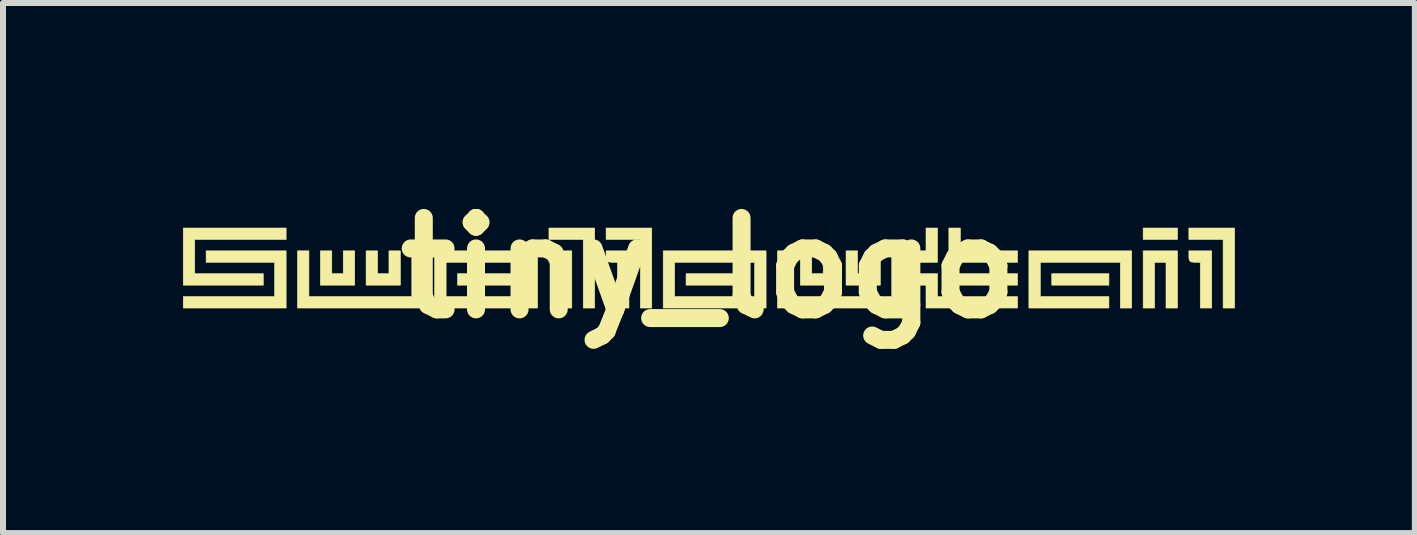
<source format=kicad_pcb>
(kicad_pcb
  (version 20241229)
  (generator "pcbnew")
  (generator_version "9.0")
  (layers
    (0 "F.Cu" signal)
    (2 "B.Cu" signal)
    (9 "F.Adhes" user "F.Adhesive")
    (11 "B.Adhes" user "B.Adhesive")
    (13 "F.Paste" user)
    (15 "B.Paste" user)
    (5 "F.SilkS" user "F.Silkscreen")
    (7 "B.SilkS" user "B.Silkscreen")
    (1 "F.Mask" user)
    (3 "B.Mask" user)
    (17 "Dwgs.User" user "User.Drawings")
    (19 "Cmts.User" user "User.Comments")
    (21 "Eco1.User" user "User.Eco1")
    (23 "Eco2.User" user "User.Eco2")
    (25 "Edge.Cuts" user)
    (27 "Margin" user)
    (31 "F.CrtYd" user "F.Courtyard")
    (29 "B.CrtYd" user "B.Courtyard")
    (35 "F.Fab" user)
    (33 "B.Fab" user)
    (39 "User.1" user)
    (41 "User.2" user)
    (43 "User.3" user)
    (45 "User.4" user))
  (footprint "tiny_logo"
    (layer "F.Cu")
    (at 8.768 1.418)
    (property "Reference" "tiny_logo" (at 0 0 0) (layer "F.SilkS") (effects (font (size 1.524 1.524) (thickness 0.3))))
    (attr through_hole)
    (fp_poly (pts (xy -3.239 0.286) (xy -4.191 0.286) (xy -4.191 0.095) (xy -3.239 0.095) (xy -3.239 0.286)) (stroke (width 0.01) (type solid)) (fill yes) (layer "F.SilkS"))
    (fp_poly (pts (xy 0.572 0.286) (xy -0.381 0.286) (xy -0.381 0.095) (xy 0.572 0.095) (xy 0.572 0.286)) (stroke (width 0.01) (type solid)) (fill yes) (layer "F.SilkS"))
    (fp_poly (pts (xy 5.144 0.286) (xy 4 0.286) (xy 4 0.095) (xy 5.144 0.095) (xy 5.144 0.286)) (stroke (width 0.01) (type solid)) (fill yes) (layer "F.SilkS"))
    (fp_poly (pts (xy 6.668 0.286) (xy 5.715 0.286) (xy 5.715 0.095) (xy 6.668 0.095) (xy 6.668 0.286)) (stroke (width 0.01) (type solid)) (fill yes) (layer "F.SilkS"))
    (fp_poly (pts (xy 7.811 -0.476) (xy 7.239 -0.476) (xy 7.239 -0.667) (xy 7.811 -0.667) (xy 7.811 -0.476)) (stroke (width 0.01) (type solid)) (fill yes) (layer "F.SilkS"))
    (fp_poly (pts (xy -1.905 0.667) (xy -2.095 0.667) (xy -2.095 -0.476) (xy -2.667 -0.476) (xy -2.667 -0.667) (xy -1.905 -0.667) (xy -1.905 0.667)) (stroke (width 0.01) (type solid)) (fill yes) (layer "F.SilkS"))
    (fp_poly (pts (xy -0.953 0.667) (xy -1.143 0.667) (xy -1.143 -0.476) (xy -1.714 -0.476) (xy -1.714 -0.667) (xy -0.953 -0.667) (xy -0.953 0.667)) (stroke (width 0.01) (type solid)) (fill yes) (layer "F.SilkS"))
    (fp_poly (pts (xy 4.191 -0.286) (xy 5.144 -0.286) (xy 5.144 -0.095) (xy 4 -0.095) (xy 4 -0.667) (xy 4.191 -0.667) (xy 4.191 -0.286)) (stroke (width 0.01) (type solid)) (fill yes) (layer "F.SilkS"))
    (fp_poly (pts (xy 8.763 0.667) (xy 8.572 0.667) (xy 8.572 -0.476) (xy 8.001 -0.476) (xy 8.001 -0.667) (xy 8.763 -0.667) (xy 8.763 0.667)) (stroke (width 0.01) (type solid)) (fill yes) (layer "F.SilkS"))
    (fp_poly (pts (xy -7.048 -0.476) (xy -8.572 -0.476) (xy -8.572 0.095) (xy -7.429 0.095) (xy -7.429 0.286) (xy -8.763 0.286) (xy -8.763 -0.667) (xy -7.048 -0.667) (xy -7.048 -0.476)) (stroke (width 0.01) (type solid)) (fill yes) (layer "F.SilkS"))
    (fp_poly (pts (xy -7.048 0.667) (xy -8.763 0.667) (xy -8.763 0.476) (xy -7.239 0.476) (xy -7.239 -0.095) (xy -8.382 -0.095) (xy -8.382 -0.286) (xy -7.048 -0.286) (xy -7.048 0.667)) (stroke (width 0.01) (type solid)) (fill yes) (layer "F.SilkS"))
    (fp_poly (pts (xy -6.668 0.476) (xy -4.953 0.476) (xy -4.953 -0.286) (xy -4.763 -0.286) (xy -4.763 0.667) (xy -6.858 0.667) (xy -6.858 -0.286) (xy -6.668 -0.286) (xy -6.668 0.476)) (stroke (width 0.01) (type solid)) (fill yes) (layer "F.SilkS"))
    (fp_poly (pts (xy -6.287 0.095) (xy -6.096 0.095) (xy -6.096 -0.286) (xy -5.905 -0.286) (xy -5.905 0.286) (xy -6.477 0.286) (xy -6.477 -0.286) (xy -6.287 -0.286) (xy -6.287 0.095)) (stroke (width 0.01) (type solid)) (fill yes) (layer "F.SilkS"))
    (fp_poly (pts (xy -5.524 0.095) (xy -5.334 0.095) (xy -5.334 -0.286) (xy -5.144 -0.286) (xy -5.144 0.286) (xy -5.715 0.286) (xy -5.715 -0.286) (xy -5.524 -0.286) (xy -5.524 0.095)) (stroke (width 0.01) (type solid)) (fill yes) (layer "F.SilkS"))
    (fp_poly (pts (xy 1.333 0.476) (xy 3.048 0.476) (xy 3.048 -0.286) (xy 3.239 -0.286) (xy 3.239 0.667) (xy 1.143 0.667) (xy 1.143 -0.286) (xy 1.333 -0.286) (xy 1.333 0.476)) (stroke (width 0.01) (type solid)) (fill yes) (layer "F.SilkS"))
    (fp_poly (pts (xy 1.714 0.095) (xy 1.905 0.095) (xy 1.905 -0.286) (xy 2.095 -0.286) (xy 2.095 0.286) (xy 1.524 0.286) (xy 1.524 -0.286) (xy 1.714 -0.286) (xy 1.714 0.095)) (stroke (width 0.01) (type solid)) (fill yes) (layer "F.SilkS"))
    (fp_poly (pts (xy 2.477 0.095) (xy 2.667 0.095) (xy 2.667 -0.286) (xy 2.857 -0.286) (xy 2.857 0.286) (xy 2.286 0.286) (xy 2.286 -0.286) (xy 2.477 -0.286) (xy 2.477 0.095)) (stroke (width 0.01) (type solid)) (fill yes) (layer "F.SilkS"))
    (fp_poly (pts (xy 7.811 0.667) (xy 7.62 0.667) (xy 7.62 -0.095) (xy 7.429 -0.095) (xy 7.429 0.667) (xy 7.239 0.667) (xy 7.239 -0.286) (xy 7.811 -0.286) (xy 7.811 0.667)) (stroke (width 0.01) (type solid)) (fill yes) (layer "F.SilkS"))
    (fp_poly (pts (xy -2.286 0.667) (xy -2.477 0.667) (xy -2.477 -0.095) (xy -2.572 -0.095) (xy -2.639 -0.103) (xy -2.664 -0.14) (xy -2.667 -0.191) (xy -2.667 -0.286) (xy -2.286 -0.286) (xy -2.286 0.667)) (stroke (width 0.01) (type solid)) (fill yes) (layer "F.SilkS"))
    (fp_poly (pts (xy -1.333 0.667) (xy -1.524 0.667) (xy -1.524 -0.095) (xy -1.619 -0.095) (xy -1.687 -0.103) (xy -1.712 -0.14) (xy -1.714 -0.191) (xy -1.714 -0.286) (xy -1.333 -0.286) (xy -1.333 0.667)) (stroke (width 0.01) (type solid)) (fill yes) (layer "F.SilkS"))
    (fp_poly (pts (xy 3.81 -0.095) (xy 3.429 -0.095) (xy 3.429 -0.191) (xy 3.437 -0.258) (xy 3.474 -0.283) (xy 3.524 -0.286) (xy 3.619 -0.286) (xy 3.619 -0.667) (xy 3.81 -0.667) (xy 3.81 -0.095)) (stroke (width 0.01) (type solid)) (fill yes) (layer "F.SilkS"))
    (fp_poly (pts (xy 8.382 0.667) (xy 8.191 0.667) (xy 8.191 -0.095) (xy 8.096 -0.095) (xy 8.029 -0.103) (xy 8.004 -0.14) (xy 8.001 -0.191) (xy 8.001 -0.286) (xy 8.382 -0.286) (xy 8.382 0.667)) (stroke (width 0.01) (type solid)) (fill yes) (layer "F.SilkS"))
    (fp_poly (pts (xy -2.857 0.667) (xy -3.048 0.667) (xy -3.048 -0.095) (xy -4.381 -0.095) (xy -4.381 0.476) (xy -3.239 0.476) (xy -3.239 0.667) (xy -4.572 0.667) (xy -4.572 -0.286) (xy -2.857 -0.286) (xy -2.857 0.667)) (stroke (width 0.01) (type solid)) (fill yes) (layer "F.SilkS"))
    (fp_poly (pts (xy 7.048 0.667) (xy 6.858 0.667) (xy 6.858 -0.095) (xy 5.524 -0.095) (xy 5.524 0.476) (xy 6.668 0.476) (xy 6.668 0.667) (xy 5.334 0.667) (xy 5.334 -0.286) (xy 7.048 -0.286) (xy 7.048 0.667)) (stroke (width 0.01) (type solid)) (fill yes) (layer "F.SilkS"))
    (fp_poly (pts (xy 0.953 0.667) (xy -0.762 0.667) (xy -0.762 -0.095) (xy -0.572 -0.095) (xy -0.572 0.476) (xy 0.762 0.476) (xy 0.762 -0.095) (xy -0.572 -0.095) (xy -0.762 -0.095) (xy -0.762 -0.286) (xy 0.953 -0.286) (xy 0.953 0.667)) (stroke (width 0.01) (type solid)) (fill yes) (layer "F.SilkS"))
    (fp_poly (pts (xy 3.81 0.476) (xy 5.144 0.476) (xy 5.144 0.667) (xy 3.619 0.667) (xy 3.619 0.286) (xy 3.524 0.286) (xy 3.457 0.278) (xy 3.432 0.241) (xy 3.429 0.191) (xy 3.429 0.095) (xy 3.81 0.095) (xy 3.81 0.476)) (stroke (width 0.01) (type solid)) (fill yes) (layer "F.SilkS")))
  (gr_rect
    (start -3 -3)
    (end 20.536 5.836)
    (stroke (width 0.1) (type default))
    (fill no)
    (layer "Edge.Cuts")))
</source>
